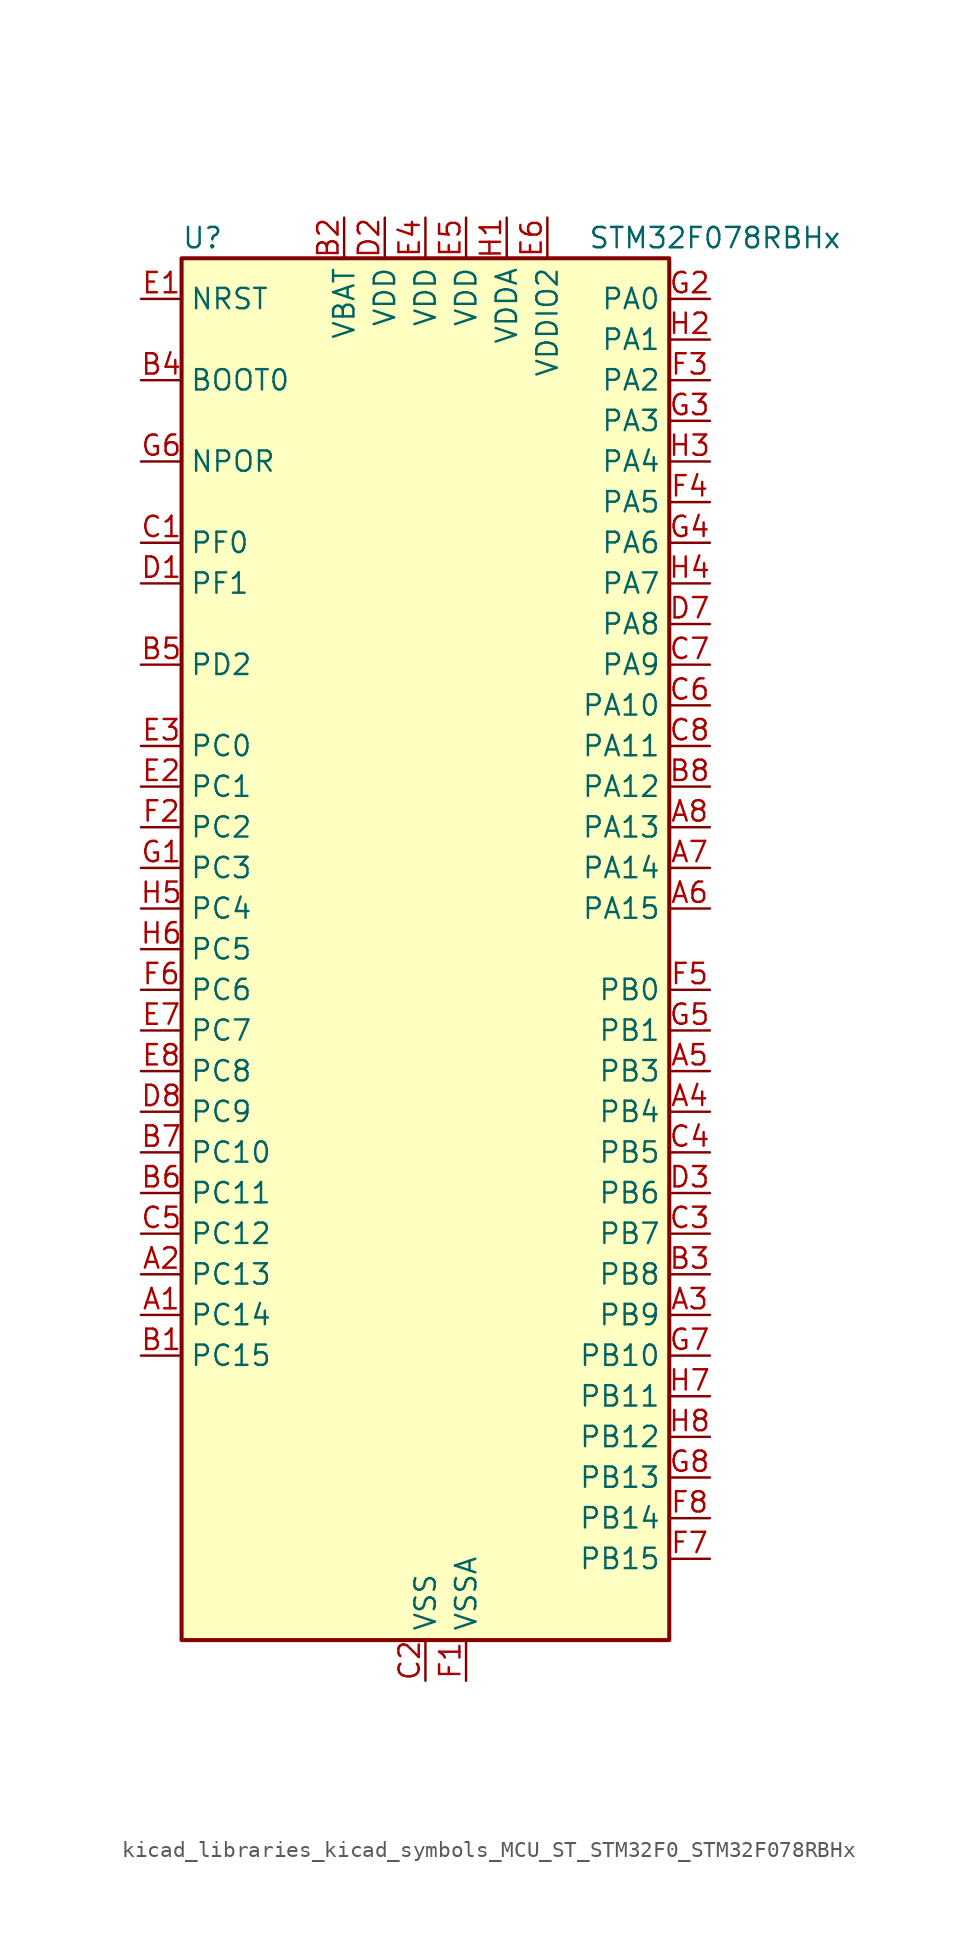
<source format=kicad_sym>
(kicad_symbol_lib
  (version 20220914)
  (generator kicad_symbol_editor)
  (symbol "kicad_libraries_kicad_symbols_MCU_ST_STM32F0_STM32F078RBHx"
    (property "Reference" "U"
      (at -15.24 44.45 0)
      (effects (font (size 1.27 1.27)) (justify left)))
    (property "Value" "STM32F078RBHx"
      (at 10.16 44.45 0)
      (effects (font (size 1.27 1.27)) (justify left)))
    (property "ki_locked" ""
      (at 0 0 0)
      (effects (font (size 1.27 1.27))))
    (symbol "kicad_libraries_kicad_symbols_MCU_ST_STM32F0_STM32F078RBHx_0_1"
      (rectangle (start -15.24 -43.18) (end 15.24 43.18) (stroke (width 0.254) (type default)) (fill (type background))))
    (symbol "kicad_libraries_kicad_symbols_MCU_ST_STM32F0_STM32F078RBHx_1_1"
      (pin bidirectional line (at -17.78 -22.86 0) (length 2.54) (name "PC14" (effects (font (size 1.27 1.27)))) (number "A1" (effects (font (size 1.27 1.27)))) (alternate "RCC_OSC32_IN" bidirectional line))
      (pin bidirectional line (at -17.78 -20.32 0) (length 2.54) (name "PC13" (effects (font (size 1.27 1.27)))) (number "A2" (effects (font (size 1.27 1.27)))) (alternate "RTC_OUT_ALARM" bidirectional line) (alternate "RTC_OUT_CALIB" bidirectional line) (alternate "RTC_TAMP1" bidirectional line) (alternate "RTC_TS" bidirectional line) (alternate "SYS_WKUP2" bidirectional line))
      (pin bidirectional line (at 17.78 -22.86 180) (length 2.54) (name "PB9" (effects (font (size 1.27 1.27)))) (number "A3" (effects (font (size 1.27 1.27)))) (alternate "DAC_EXTI9" bidirectional line) (alternate "I2C1_SDA" bidirectional line) (alternate "I2S2_WS" bidirectional line) (alternate "IR_OUT" bidirectional line) (alternate "SPI2_NSS" bidirectional line) (alternate "TIM17_CH1" bidirectional line))
      (pin bidirectional line (at 17.78 -10.16 180) (length 2.54) (name "PB4" (effects (font (size 1.27 1.27)))) (number "A4" (effects (font (size 1.27 1.27)))) (alternate "I2S1_MCK" bidirectional line) (alternate "SPI1_MISO" bidirectional line) (alternate "TIM17_BKIN" bidirectional line) (alternate "TIM3_CH1" bidirectional line) (alternate "TSC_G5_IO2" bidirectional line))
      (pin bidirectional line (at 17.78 -7.62 180) (length 2.54) (name "PB3" (effects (font (size 1.27 1.27)))) (number "A5" (effects (font (size 1.27 1.27)))) (alternate "I2S1_CK" bidirectional line) (alternate "SPI1_SCK" bidirectional line) (alternate "TIM2_CH2" bidirectional line) (alternate "TSC_G5_IO1" bidirectional line))
      (pin bidirectional line (at 17.78 2.54 180) (length 2.54) (name "PA15" (effects (font (size 1.27 1.27)))) (number "A6" (effects (font (size 1.27 1.27)))) (alternate "I2S1_WS" bidirectional line) (alternate "SPI1_NSS" bidirectional line) (alternate "TIM2_CH1" bidirectional line) (alternate "TIM2_ETR" bidirectional line) (alternate "USART2_RX" bidirectional line) (alternate "USART4_DE" bidirectional line) (alternate "USART4_RTS" bidirectional line))
      (pin bidirectional line (at 17.78 5.08 180) (length 2.54) (name "PA14" (effects (font (size 1.27 1.27)))) (number "A7" (effects (font (size 1.27 1.27)))) (alternate "SYS_SWCLK" bidirectional line) (alternate "USART2_TX" bidirectional line))
      (pin bidirectional line (at 17.78 7.62 180) (length 2.54) (name "PA13" (effects (font (size 1.27 1.27)))) (number "A8" (effects (font (size 1.27 1.27)))) (alternate "IR_OUT" bidirectional line) (alternate "SYS_SWDIO" bidirectional line) (alternate "USB_NOE" bidirectional line))
      (pin bidirectional line (at -17.78 -25.4 0) (length 2.54) (name "PC15" (effects (font (size 1.27 1.27)))) (number "B1" (effects (font (size 1.27 1.27)))) (alternate "RCC_OSC32_OUT" bidirectional line))
      (pin power_in line (at -5.08 45.72 270) (length 2.54) (name "VBAT" (effects (font (size 1.27 1.27)))) (number "B2" (effects (font (size 1.27 1.27)))))
      (pin bidirectional line (at 17.78 -20.32 180) (length 2.54) (name "PB8" (effects (font (size 1.27 1.27)))) (number "B3" (effects (font (size 1.27 1.27)))) (alternate "CEC" bidirectional line) (alternate "I2C1_SCL" bidirectional line) (alternate "TIM16_CH1" bidirectional line) (alternate "TSC_SYNC" bidirectional line))
      (pin input line (at -17.78 35.56 0) (length 2.54) (name "BOOT0" (effects (font (size 1.27 1.27)))) (number "B4" (effects (font (size 1.27 1.27)))))
      (pin bidirectional line (at -17.78 17.78 0) (length 2.54) (name "PD2" (effects (font (size 1.27 1.27)))) (number "B5" (effects (font (size 1.27 1.27)))) (alternate "TIM3_ETR" bidirectional line) (alternate "USART3_DE" bidirectional line) (alternate "USART3_RTS" bidirectional line))
      (pin bidirectional line (at -17.78 -15.24 0) (length 2.54) (name "PC11" (effects (font (size 1.27 1.27)))) (number "B6" (effects (font (size 1.27 1.27)))) (alternate "USART3_RX" bidirectional line) (alternate "USART4_RX" bidirectional line))
      (pin bidirectional line (at -17.78 -12.7 0) (length 2.54) (name "PC10" (effects (font (size 1.27 1.27)))) (number "B7" (effects (font (size 1.27 1.27)))) (alternate "USART3_TX" bidirectional line) (alternate "USART4_TX" bidirectional line))
      (pin bidirectional line (at 17.78 10.16 180) (length 2.54) (name "PA12" (effects (font (size 1.27 1.27)))) (number "B8" (effects (font (size 1.27 1.27)))) (alternate "COMP2_OUT" bidirectional line) (alternate "TIM1_ETR" bidirectional line) (alternate "TSC_G4_IO4" bidirectional line) (alternate "USART1_DE" bidirectional line) (alternate "USART1_RTS" bidirectional line) (alternate "USB_DP" bidirectional line))
      (pin bidirectional line (at -17.78 25.4 0) (length 2.54) (name "PF0" (effects (font (size 1.27 1.27)))) (number "C1" (effects (font (size 1.27 1.27)))) (alternate "CRS_SYNC" bidirectional line) (alternate "RCC_OSC_IN" bidirectional line))
      (pin power_in line (at 0 -45.72 90) (length 2.54) (name "VSS" (effects (font (size 1.27 1.27)))) (number "C2" (effects (font (size 1.27 1.27)))))
      (pin bidirectional line (at 17.78 -17.78 180) (length 2.54) (name "PB7" (effects (font (size 1.27 1.27)))) (number "C3" (effects (font (size 1.27 1.27)))) (alternate "I2C1_SDA" bidirectional line) (alternate "TIM17_CH1N" bidirectional line) (alternate "TSC_G5_IO4" bidirectional line) (alternate "USART1_RX" bidirectional line) (alternate "USART4_CTS" bidirectional line))
      (pin bidirectional line (at 17.78 -12.7 180) (length 2.54) (name "PB5" (effects (font (size 1.27 1.27)))) (number "C4" (effects (font (size 1.27 1.27)))) (alternate "I2C1_SMBA" bidirectional line) (alternate "I2S1_SD" bidirectional line) (alternate "SPI1_MOSI" bidirectional line) (alternate "SYS_WKUP6" bidirectional line) (alternate "TIM16_BKIN" bidirectional line) (alternate "TIM3_CH2" bidirectional line))
      (pin bidirectional line (at -17.78 -17.78 0) (length 2.54) (name "PC12" (effects (font (size 1.27 1.27)))) (number "C5" (effects (font (size 1.27 1.27)))) (alternate "USART3_CK" bidirectional line) (alternate "USART4_CK" bidirectional line))
      (pin bidirectional line (at 17.78 15.24 180) (length 2.54) (name "PA10" (effects (font (size 1.27 1.27)))) (number "C6" (effects (font (size 1.27 1.27)))) (alternate "TIM17_BKIN" bidirectional line) (alternate "TIM1_CH3" bidirectional line) (alternate "TSC_G4_IO2" bidirectional line) (alternate "USART1_RX" bidirectional line))
      (pin bidirectional line (at 17.78 17.78 180) (length 2.54) (name "PA9" (effects (font (size 1.27 1.27)))) (number "C7" (effects (font (size 1.27 1.27)))) (alternate "DAC_EXTI9" bidirectional line) (alternate "TIM15_BKIN" bidirectional line) (alternate "TIM1_CH2" bidirectional line) (alternate "TSC_G4_IO1" bidirectional line) (alternate "USART1_TX" bidirectional line))
      (pin bidirectional line (at 17.78 12.7 180) (length 2.54) (name "PA11" (effects (font (size 1.27 1.27)))) (number "C8" (effects (font (size 1.27 1.27)))) (alternate "COMP1_OUT" bidirectional line) (alternate "TIM1_CH4" bidirectional line) (alternate "TSC_G4_IO3" bidirectional line) (alternate "USART1_CTS" bidirectional line) (alternate "USB_DM" bidirectional line))
      (pin bidirectional line (at -17.78 22.86 0) (length 2.54) (name "PF1" (effects (font (size 1.27 1.27)))) (number "D1" (effects (font (size 1.27 1.27)))) (alternate "RCC_OSC_OUT" bidirectional line))
      (pin power_in line (at -2.54 45.72 270) (length 2.54) (name "VDD" (effects (font (size 1.27 1.27)))) (number "D2" (effects (font (size 1.27 1.27)))))
      (pin bidirectional line (at 17.78 -15.24 180) (length 2.54) (name "PB6" (effects (font (size 1.27 1.27)))) (number "D3" (effects (font (size 1.27 1.27)))) (alternate "I2C1_SCL" bidirectional line) (alternate "TIM16_CH1N" bidirectional line) (alternate "TSC_G5_IO3" bidirectional line) (alternate "USART1_TX" bidirectional line))
      (pin passive line (at 0 -45.72 90) (length 2.54) hide (name "VSS" (effects (font (size 1.27 1.27)))) (number "D4" (effects (font (size 1.27 1.27)))))
      (pin passive line (at 0 -45.72 90) (length 2.54) hide (name "VSS" (effects (font (size 1.27 1.27)))) (number "D5" (effects (font (size 1.27 1.27)))))
      (pin passive line (at 0 -45.72 90) (length 2.54) hide (name "VSS" (effects (font (size 1.27 1.27)))) (number "D6" (effects (font (size 1.27 1.27)))))
      (pin bidirectional line (at 17.78 20.32 180) (length 2.54) (name "PA8" (effects (font (size 1.27 1.27)))) (number "D7" (effects (font (size 1.27 1.27)))) (alternate "CRS_SYNC" bidirectional line) (alternate "RCC_MCO" bidirectional line) (alternate "TIM1_CH1" bidirectional line) (alternate "USART1_CK" bidirectional line))
      (pin bidirectional line (at -17.78 -10.16 0) (length 2.54) (name "PC9" (effects (font (size 1.27 1.27)))) (number "D8" (effects (font (size 1.27 1.27)))) (alternate "DAC_EXTI9" bidirectional line) (alternate "TIM3_CH4" bidirectional line))
      (pin input line (at -17.78 40.64 0) (length 2.54) (name "NRST" (effects (font (size 1.27 1.27)))) (number "E1" (effects (font (size 1.27 1.27)))))
      (pin bidirectional line (at -17.78 10.16 0) (length 2.54) (name "PC1" (effects (font (size 1.27 1.27)))) (number "E2" (effects (font (size 1.27 1.27)))) (alternate "ADC_IN11" bidirectional line))
      (pin bidirectional line (at -17.78 12.7 0) (length 2.54) (name "PC0" (effects (font (size 1.27 1.27)))) (number "E3" (effects (font (size 1.27 1.27)))) (alternate "ADC_IN10" bidirectional line))
      (pin power_in line (at 0 45.72 270) (length 2.54) (name "VDD" (effects (font (size 1.27 1.27)))) (number "E4" (effects (font (size 1.27 1.27)))))
      (pin power_in line (at 2.54 45.72 270) (length 2.54) (name "VDD" (effects (font (size 1.27 1.27)))) (number "E5" (effects (font (size 1.27 1.27)))))
      (pin power_in line (at 7.62 45.72 270) (length 2.54) (name "VDDIO2" (effects (font (size 1.27 1.27)))) (number "E6" (effects (font (size 1.27 1.27)))))
      (pin bidirectional line (at -17.78 -5.08 0) (length 2.54) (name "PC7" (effects (font (size 1.27 1.27)))) (number "E7" (effects (font (size 1.27 1.27)))) (alternate "TIM3_CH2" bidirectional line))
      (pin bidirectional line (at -17.78 -7.62 0) (length 2.54) (name "PC8" (effects (font (size 1.27 1.27)))) (number "E8" (effects (font (size 1.27 1.27)))) (alternate "TIM3_CH3" bidirectional line))
      (pin power_in line (at 2.54 -45.72 90) (length 2.54) (name "VSSA" (effects (font (size 1.27 1.27)))) (number "F1" (effects (font (size 1.27 1.27)))))
      (pin bidirectional line (at -17.78 7.62 0) (length 2.54) (name "PC2" (effects (font (size 1.27 1.27)))) (number "F2" (effects (font (size 1.27 1.27)))) (alternate "ADC_IN12" bidirectional line) (alternate "I2S2_MCK" bidirectional line) (alternate "SPI2_MISO" bidirectional line))
      (pin bidirectional line (at 17.78 35.56 180) (length 2.54) (name "PA2" (effects (font (size 1.27 1.27)))) (number "F3" (effects (font (size 1.27 1.27)))) (alternate "ADC_IN2" bidirectional line) (alternate "COMP2_INM" bidirectional line) (alternate "COMP2_OUT" bidirectional line) (alternate "SYS_WKUP4" bidirectional line) (alternate "TIM15_CH1" bidirectional line) (alternate "TIM2_CH3" bidirectional line) (alternate "TSC_G1_IO3" bidirectional line) (alternate "USART2_TX" bidirectional line))
      (pin bidirectional line (at 17.78 27.94 180) (length 2.54) (name "PA5" (effects (font (size 1.27 1.27)))) (number "F4" (effects (font (size 1.27 1.27)))) (alternate "ADC_IN5" bidirectional line) (alternate "CEC" bidirectional line) (alternate "COMP1_INM" bidirectional line) (alternate "COMP2_INM" bidirectional line) (alternate "DAC_OUT2" bidirectional line) (alternate "I2S1_CK" bidirectional line) (alternate "SPI1_SCK" bidirectional line) (alternate "TIM2_CH1" bidirectional line) (alternate "TIM2_ETR" bidirectional line) (alternate "TSC_G2_IO2" bidirectional line))
      (pin bidirectional line (at 17.78 -2.54 180) (length 2.54) (name "PB0" (effects (font (size 1.27 1.27)))) (number "F5" (effects (font (size 1.27 1.27)))) (alternate "ADC_IN8" bidirectional line) (alternate "TIM1_CH2N" bidirectional line) (alternate "TIM3_CH3" bidirectional line) (alternate "TSC_G3_IO2" bidirectional line) (alternate "USART3_CK" bidirectional line))
      (pin bidirectional line (at -17.78 -2.54 0) (length 2.54) (name "PC6" (effects (font (size 1.27 1.27)))) (number "F6" (effects (font (size 1.27 1.27)))) (alternate "TIM3_CH1" bidirectional line))
      (pin bidirectional line (at 17.78 -38.1 180) (length 2.54) (name "PB15" (effects (font (size 1.27 1.27)))) (number "F7" (effects (font (size 1.27 1.27)))) (alternate "I2S2_SD" bidirectional line) (alternate "RTC_REFIN" bidirectional line) (alternate "SPI2_MOSI" bidirectional line) (alternate "SYS_WKUP7" bidirectional line) (alternate "TIM15_CH1N" bidirectional line) (alternate "TIM15_CH2" bidirectional line) (alternate "TIM1_CH3N" bidirectional line))
      (pin bidirectional line (at 17.78 -35.56 180) (length 2.54) (name "PB14" (effects (font (size 1.27 1.27)))) (number "F8" (effects (font (size 1.27 1.27)))) (alternate "I2C2_SDA" bidirectional line) (alternate "I2S2_MCK" bidirectional line) (alternate "SPI2_MISO" bidirectional line) (alternate "TIM15_CH1" bidirectional line) (alternate "TIM1_CH2N" bidirectional line) (alternate "TSC_G6_IO4" bidirectional line) (alternate "USART3_DE" bidirectional line) (alternate "USART3_RTS" bidirectional line))
      (pin bidirectional line (at -17.78 5.08 0) (length 2.54) (name "PC3" (effects (font (size 1.27 1.27)))) (number "G1" (effects (font (size 1.27 1.27)))) (alternate "ADC_IN13" bidirectional line) (alternate "I2S2_SD" bidirectional line) (alternate "SPI2_MOSI" bidirectional line))
      (pin bidirectional line (at 17.78 40.64 180) (length 2.54) (name "PA0" (effects (font (size 1.27 1.27)))) (number "G2" (effects (font (size 1.27 1.27)))) (alternate "ADC_IN0" bidirectional line) (alternate "COMP1_INM" bidirectional line) (alternate "COMP1_OUT" bidirectional line) (alternate "RTC_TAMP2" bidirectional line) (alternate "SYS_WKUP1" bidirectional line) (alternate "TIM2_CH1" bidirectional line) (alternate "TIM2_ETR" bidirectional line) (alternate "TSC_G1_IO1" bidirectional line) (alternate "USART2_CTS" bidirectional line) (alternate "USART4_TX" bidirectional line))
      (pin bidirectional line (at 17.78 33.02 180) (length 2.54) (name "PA3" (effects (font (size 1.27 1.27)))) (number "G3" (effects (font (size 1.27 1.27)))) (alternate "ADC_IN3" bidirectional line) (alternate "COMP2_INP" bidirectional line) (alternate "TIM15_CH2" bidirectional line) (alternate "TIM2_CH4" bidirectional line) (alternate "TSC_G1_IO4" bidirectional line) (alternate "USART2_RX" bidirectional line))
      (pin bidirectional line (at 17.78 25.4 180) (length 2.54) (name "PA6" (effects (font (size 1.27 1.27)))) (number "G4" (effects (font (size 1.27 1.27)))) (alternate "ADC_IN6" bidirectional line) (alternate "COMP1_OUT" bidirectional line) (alternate "I2S1_MCK" bidirectional line) (alternate "SPI1_MISO" bidirectional line) (alternate "TIM16_CH1" bidirectional line) (alternate "TIM1_BKIN" bidirectional line) (alternate "TIM3_CH1" bidirectional line) (alternate "TSC_G2_IO3" bidirectional line) (alternate "USART3_CTS" bidirectional line))
      (pin bidirectional line (at 17.78 -5.08 180) (length 2.54) (name "PB1" (effects (font (size 1.27 1.27)))) (number "G5" (effects (font (size 1.27 1.27)))) (alternate "ADC_IN9" bidirectional line) (alternate "TIM14_CH1" bidirectional line) (alternate "TIM1_CH3N" bidirectional line) (alternate "TIM3_CH4" bidirectional line) (alternate "TSC_G3_IO3" bidirectional line) (alternate "USART3_DE" bidirectional line) (alternate "USART3_RTS" bidirectional line))
      (pin input line (at -17.78 30.48 0) (length 2.54) (name "NPOR" (effects (font (size 1.27 1.27)))) (number "G6" (effects (font (size 1.27 1.27)))))
      (pin bidirectional line (at 17.78 -25.4 180) (length 2.54) (name "PB10" (effects (font (size 1.27 1.27)))) (number "G7" (effects (font (size 1.27 1.27)))) (alternate "CEC" bidirectional line) (alternate "I2C2_SCL" bidirectional line) (alternate "I2S2_CK" bidirectional line) (alternate "SPI2_SCK" bidirectional line) (alternate "TIM2_CH3" bidirectional line) (alternate "TSC_SYNC" bidirectional line) (alternate "USART3_TX" bidirectional line))
      (pin bidirectional line (at 17.78 -33.02 180) (length 2.54) (name "PB13" (effects (font (size 1.27 1.27)))) (number "G8" (effects (font (size 1.27 1.27)))) (alternate "I2C2_SCL" bidirectional line) (alternate "I2S2_CK" bidirectional line) (alternate "SPI2_SCK" bidirectional line) (alternate "TIM1_CH1N" bidirectional line) (alternate "TSC_G6_IO3" bidirectional line) (alternate "USART3_CTS" bidirectional line))
      (pin power_in line (at 5.08 45.72 270) (length 2.54) (name "VDDA" (effects (font (size 1.27 1.27)))) (number "H1" (effects (font (size 1.27 1.27)))))
      (pin bidirectional line (at 17.78 38.1 180) (length 2.54) (name "PA1" (effects (font (size 1.27 1.27)))) (number "H2" (effects (font (size 1.27 1.27)))) (alternate "ADC_IN1" bidirectional line) (alternate "COMP1_INP" bidirectional line) (alternate "TIM15_CH1N" bidirectional line) (alternate "TIM2_CH2" bidirectional line) (alternate "TSC_G1_IO2" bidirectional line) (alternate "USART2_DE" bidirectional line) (alternate "USART2_RTS" bidirectional line) (alternate "USART4_RX" bidirectional line))
      (pin bidirectional line (at 17.78 30.48 180) (length 2.54) (name "PA4" (effects (font (size 1.27 1.27)))) (number "H3" (effects (font (size 1.27 1.27)))) (alternate "ADC_IN4" bidirectional line) (alternate "COMP1_INM" bidirectional line) (alternate "COMP2_INM" bidirectional line) (alternate "DAC_OUT1" bidirectional line) (alternate "I2S1_WS" bidirectional line) (alternate "SPI1_NSS" bidirectional line) (alternate "TIM14_CH1" bidirectional line) (alternate "TSC_G2_IO1" bidirectional line) (alternate "USART2_CK" bidirectional line))
      (pin bidirectional line (at 17.78 22.86 180) (length 2.54) (name "PA7" (effects (font (size 1.27 1.27)))) (number "H4" (effects (font (size 1.27 1.27)))) (alternate "ADC_IN7" bidirectional line) (alternate "COMP2_OUT" bidirectional line) (alternate "I2S1_SD" bidirectional line) (alternate "SPI1_MOSI" bidirectional line) (alternate "TIM14_CH1" bidirectional line) (alternate "TIM17_CH1" bidirectional line) (alternate "TIM1_CH1N" bidirectional line) (alternate "TIM3_CH2" bidirectional line) (alternate "TSC_G2_IO4" bidirectional line))
      (pin bidirectional line (at -17.78 2.54 0) (length 2.54) (name "PC4" (effects (font (size 1.27 1.27)))) (number "H5" (effects (font (size 1.27 1.27)))) (alternate "ADC_IN14" bidirectional line) (alternate "USART3_TX" bidirectional line))
      (pin bidirectional line (at -17.78 0 0) (length 2.54) (name "PC5" (effects (font (size 1.27 1.27)))) (number "H6" (effects (font (size 1.27 1.27)))) (alternate "ADC_IN15" bidirectional line) (alternate "SYS_WKUP5" bidirectional line) (alternate "TSC_G3_IO1" bidirectional line) (alternate "USART3_RX" bidirectional line))
      (pin bidirectional line (at 17.78 -27.94 180) (length 2.54) (name "PB11" (effects (font (size 1.27 1.27)))) (number "H7" (effects (font (size 1.27 1.27)))) (alternate "I2C2_SDA" bidirectional line) (alternate "TIM2_CH4" bidirectional line) (alternate "TSC_G6_IO1" bidirectional line) (alternate "USART3_RX" bidirectional line))
      (pin bidirectional line (at 17.78 -30.48 180) (length 2.54) (name "PB12" (effects (font (size 1.27 1.27)))) (number "H8" (effects (font (size 1.27 1.27)))) (alternate "I2S2_WS" bidirectional line) (alternate "SPI2_NSS" bidirectional line) (alternate "TIM15_BKIN" bidirectional line) (alternate "TIM1_BKIN" bidirectional line) (alternate "TSC_G6_IO2" bidirectional line) (alternate "USART3_CK" bidirectional line)))))
</source>
